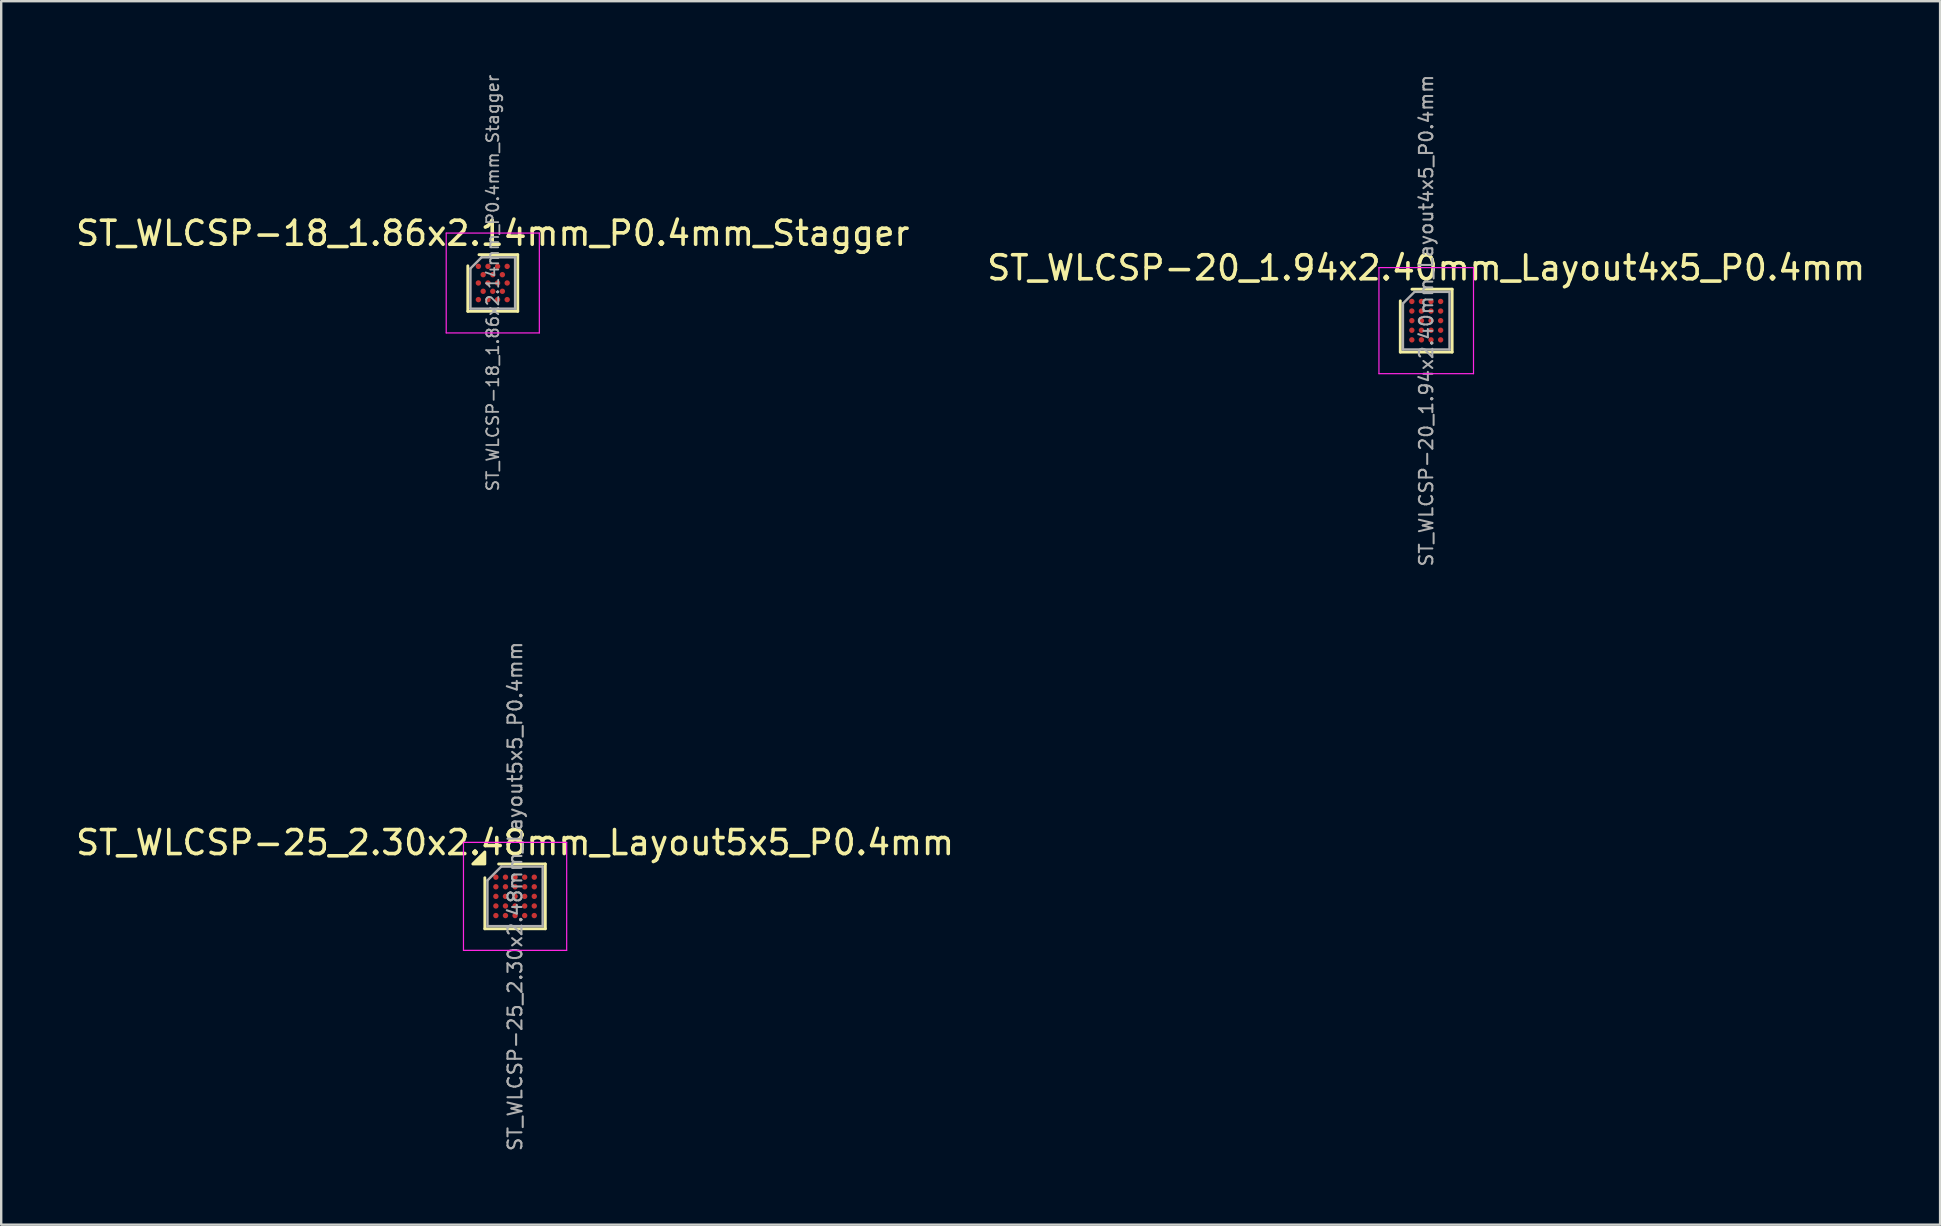
<source format=kicad_pcb>
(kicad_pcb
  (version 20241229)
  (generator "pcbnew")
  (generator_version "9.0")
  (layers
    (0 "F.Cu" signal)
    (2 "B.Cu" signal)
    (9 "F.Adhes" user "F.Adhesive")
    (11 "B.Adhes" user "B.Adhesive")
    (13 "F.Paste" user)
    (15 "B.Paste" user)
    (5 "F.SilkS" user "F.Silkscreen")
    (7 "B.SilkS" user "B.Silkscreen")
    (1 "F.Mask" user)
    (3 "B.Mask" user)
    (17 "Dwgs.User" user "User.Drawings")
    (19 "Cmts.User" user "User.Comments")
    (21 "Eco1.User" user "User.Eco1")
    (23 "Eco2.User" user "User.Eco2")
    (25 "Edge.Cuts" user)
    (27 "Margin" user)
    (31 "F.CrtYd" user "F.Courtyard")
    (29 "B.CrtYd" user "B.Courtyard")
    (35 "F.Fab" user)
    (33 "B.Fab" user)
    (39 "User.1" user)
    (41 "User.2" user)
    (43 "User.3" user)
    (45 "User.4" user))
  (footprint "ST_WLCSP-20_1.94x2.40mm_Layout4x5_P0.4mm"
    (layer "F.Cu")
    (at 56.375 10.31)
    (property "Reference" "ST_WLCSP-20_1.94x2.40mm_Layout4x5_P0.4mm" (at 0 -2.2 0) (layer "F.SilkS") (effects (font (size 1 1) (thickness 0.15))))
    (attr smd)
    (fp_line (start -1.08 1.31) (end -1.08 -0.825) (stroke (width 0.12) (type solid)) (layer "F.SilkS"))
    (fp_line (start -0.595 -1.31) (end 1.08 -1.31) (stroke (width 0.12) (type solid)) (layer "F.SilkS"))
    (fp_line (start 1.08 -1.31) (end 1.08 1.31) (stroke (width 0.12) (type solid)) (layer "F.SilkS"))
    (fp_line (start 1.08 1.31) (end -1.08 1.31) (stroke (width 0.12) (type solid)) (layer "F.SilkS"))
    (fp_line (start -1.97 -2.21) (end -1.97 2.21) (stroke (width 0.05) (type solid)) (layer "F.CrtYd"))
    (fp_line (start -1.97 2.21) (end 1.97 2.21) (stroke (width 0.05) (type solid)) (layer "F.CrtYd"))
    (fp_line (start 1.97 -2.21) (end -1.97 -2.21) (stroke (width 0.05) (type solid)) (layer "F.CrtYd"))
    (fp_line (start 1.97 2.21) (end 1.97 -2.21) (stroke (width 0.05) (type solid)) (layer "F.CrtYd"))
    (fp_line (start -0.97 -0.715) (end -0.485 -1.2) (stroke (width 0.1) (type solid)) (layer "F.Fab"))
    (fp_line (start -0.97 1.2) (end -0.97 -0.715) (stroke (width 0.1) (type solid)) (layer "F.Fab"))
    (fp_line (start -0.485 -1.2) (end 0.97 -1.2) (stroke (width 0.1) (type solid)) (layer "F.Fab"))
    (fp_line (start 0.97 -1.2) (end 0.97 1.2) (stroke (width 0.1) (type solid)) (layer "F.Fab"))
    (fp_line (start 0.97 1.2) (end -0.97 1.2) (stroke (width 0.1) (type solid)) (layer "F.Fab"))
    (fp_text user "${REFERENCE}" (at 0 0 270) (layer "F.Fab") (effects (font (size 0.56 0.56) (thickness 0.084))))
    (pad "A1" smd circle (at -0.6 -0.8) (size 0.225 0.225) (layers "F.Cu" "F.Mask" "F.Paste"))
    (pad "A2" smd circle (at -0.2 -0.8) (size 0.225 0.225) (layers "F.Cu" "F.Mask" "F.Paste"))
    (pad "A3" smd circle (at 0.2 -0.8) (size 0.225 0.225) (layers "F.Cu" "F.Mask" "F.Paste"))
    (pad "A4" smd circle (at 0.6 -0.8) (size 0.225 0.225) (layers "F.Cu" "F.Mask" "F.Paste"))
    (pad "B1" smd circle (at -0.6 -0.4) (size 0.225 0.225) (layers "F.Cu" "F.Mask" "F.Paste"))
    (pad "B2" smd circle (at -0.2 -0.4) (size 0.225 0.225) (layers "F.Cu" "F.Mask" "F.Paste"))
    (pad "B3" smd circle (at 0.2 -0.4) (size 0.225 0.225) (layers "F.Cu" "F.Mask" "F.Paste"))
    (pad "B4" smd circle (at 0.6 -0.4) (size 0.225 0.225) (layers "F.Cu" "F.Mask" "F.Paste"))
    (pad "C1" smd circle (at -0.6 0) (size 0.225 0.225) (layers "F.Cu" "F.Mask" "F.Paste"))
    (pad "C2" smd circle (at -0.2 0) (size 0.225 0.225) (layers "F.Cu" "F.Mask" "F.Paste"))
    (pad "C3" smd circle (at 0.2 0) (size 0.225 0.225) (layers "F.Cu" "F.Mask" "F.Paste"))
    (pad "C4" smd circle (at 0.6 0) (size 0.225 0.225) (layers "F.Cu" "F.Mask" "F.Paste"))
    (pad "D1" smd circle (at -0.6 0.4) (size 0.225 0.225) (layers "F.Cu" "F.Mask" "F.Paste"))
    (pad "D2" smd circle (at -0.2 0.4) (size 0.225 0.225) (layers "F.Cu" "F.Mask" "F.Paste"))
    (pad "D3" smd circle (at 0.2 0.4) (size 0.225 0.225) (layers "F.Cu" "F.Mask" "F.Paste"))
    (pad "D4" smd circle (at 0.6 0.4) (size 0.225 0.225) (layers "F.Cu" "F.Mask" "F.Paste"))
    (pad "E1" smd circle (at -0.6 0.8) (size 0.225 0.225) (layers "F.Cu" "F.Mask" "F.Paste"))
    (pad "E2" smd circle (at -0.2 0.8) (size 0.225 0.225) (layers "F.Cu" "F.Mask" "F.Paste"))
    (pad "E3" smd circle (at 0.2 0.8) (size 0.225 0.225) (layers "F.Cu" "F.Mask" "F.Paste"))
    (pad "E4" smd circle (at 0.6 0.8) (size 0.225 0.225) (layers "F.Cu" "F.Mask" "F.Paste")))
  (footprint "ST_WLCSP-25_2.30x2.48mm_Layout5x5_P0.4mm"
    (layer "F.Cu")
    (at 18.411 34.298)
    (property "Reference" "ST_WLCSP-25_2.30x2.48mm_Layout5x5_P0.4mm" (at 0 -2.24 0) (layer "F.SilkS") (effects (font (size 1 1) (thickness 0.15))))
    (attr smd)
    (fp_line (start -1.26 1.35) (end -1.26 -0.775) (stroke (width 0.12) (type solid)) (layer "F.SilkS"))
    (fp_line (start -0.685 -1.35) (end 1.26 -1.35) (stroke (width 0.12) (type solid)) (layer "F.SilkS"))
    (fp_line (start 1.26 -1.35) (end 1.26 1.35) (stroke (width 0.12) (type solid)) (layer "F.SilkS"))
    (fp_line (start 1.26 1.35) (end -1.26 1.35) (stroke (width 0.12) (type solid)) (layer "F.SilkS"))
    (fp_poly (pts (xy -1.26 -1.35) (xy -1.76 -1.35) (xy -1.26 -1.85) (xy -1.26 -1.35)) (stroke (width 0.12) (type solid)) (fill yes) (layer "F.SilkS"))
    (fp_line (start -2.15 -2.25) (end -2.15 2.25) (stroke (width 0.05) (type solid)) (layer "F.CrtYd"))
    (fp_line (start -2.15 2.25) (end 2.15 2.25) (stroke (width 0.05) (type solid)) (layer "F.CrtYd"))
    (fp_line (start 2.15 -2.25) (end -2.15 -2.25) (stroke (width 0.05) (type solid)) (layer "F.CrtYd"))
    (fp_line (start 2.15 2.25) (end 2.15 -2.25) (stroke (width 0.05) (type solid)) (layer "F.CrtYd"))
    (fp_line (start -1.15 -0.665) (end -0.575 -1.24) (stroke (width 0.1) (type solid)) (layer "F.Fab"))
    (fp_line (start -1.15 1.24) (end -1.15 -0.665) (stroke (width 0.1) (type solid)) (layer "F.Fab"))
    (fp_line (start -0.575 -1.24) (end 1.15 -1.24) (stroke (width 0.1) (type solid)) (layer "F.Fab"))
    (fp_line (start 1.15 -1.24) (end 1.15 1.24) (stroke (width 0.1) (type solid)) (layer "F.Fab"))
    (fp_line (start 1.15 1.24) (end -1.15 1.24) (stroke (width 0.1) (type solid)) (layer "F.Fab"))
    (fp_text user "${REFERENCE}" (at 0 0 270) (layer "F.Fab") (effects (font (size 0.58 0.58) (thickness 0.087))))
    (pad "A1" smd circle (at -0.8 -0.8) (size 0.225 0.225) (property pad_prop_bga) (layers "F.Cu" "F.Mask" "F.Paste"))
    (pad "A2" smd circle (at -0.4 -0.8) (size 0.225 0.225) (property pad_prop_bga) (layers "F.Cu" "F.Mask" "F.Paste"))
    (pad "A3" smd circle (at 0 -0.8) (size 0.225 0.225) (property pad_prop_bga) (layers "F.Cu" "F.Mask" "F.Paste"))
    (pad "A4" smd circle (at 0.4 -0.8) (size 0.225 0.225) (property pad_prop_bga) (layers "F.Cu" "F.Mask" "F.Paste"))
    (pad "A5" smd circle (at 0.8 -0.8) (size 0.225 0.225) (property pad_prop_bga) (layers "F.Cu" "F.Mask" "F.Paste"))
    (pad "B1" smd circle (at -0.8 -0.4) (size 0.225 0.225) (property pad_prop_bga) (layers "F.Cu" "F.Mask" "F.Paste"))
    (pad "B2" smd circle (at -0.4 -0.4) (size 0.225 0.225) (property pad_prop_bga) (layers "F.Cu" "F.Mask" "F.Paste"))
    (pad "B3" smd circle (at 0 -0.4) (size 0.225 0.225) (property pad_prop_bga) (layers "F.Cu" "F.Mask" "F.Paste"))
    (pad "B4" smd circle (at 0.4 -0.4) (size 0.225 0.225) (property pad_prop_bga) (layers "F.Cu" "F.Mask" "F.Paste"))
    (pad "B5" smd circle (at 0.8 -0.4) (size 0.225 0.225) (property pad_prop_bga) (layers "F.Cu" "F.Mask" "F.Paste"))
    (pad "C1" smd circle (at -0.8 0) (size 0.225 0.225) (property pad_prop_bga) (layers "F.Cu" "F.Mask" "F.Paste"))
    (pad "C2" smd circle (at -0.4 0) (size 0.225 0.225) (property pad_prop_bga) (layers "F.Cu" "F.Mask" "F.Paste"))
    (pad "C3" smd circle (at 0 0) (size 0.225 0.225) (property pad_prop_bga) (layers "F.Cu" "F.Mask" "F.Paste"))
    (pad "C4" smd circle (at 0.4 0) (size 0.225 0.225) (property pad_prop_bga) (layers "F.Cu" "F.Mask" "F.Paste"))
    (pad "C5" smd circle (at 0.8 0) (size 0.225 0.225) (property pad_prop_bga) (layers "F.Cu" "F.Mask" "F.Paste"))
    (pad "D1" smd circle (at -0.8 0.4) (size 0.225 0.225) (property pad_prop_bga) (layers "F.Cu" "F.Mask" "F.Paste"))
    (pad "D2" smd circle (at -0.4 0.4) (size 0.225 0.225) (property pad_prop_bga) (layers "F.Cu" "F.Mask" "F.Paste"))
    (pad "D3" smd circle (at 0 0.4) (size 0.225 0.225) (property pad_prop_bga) (layers "F.Cu" "F.Mask" "F.Paste"))
    (pad "D4" smd circle (at 0.4 0.4) (size 0.225 0.225) (property pad_prop_bga) (layers "F.Cu" "F.Mask" "F.Paste"))
    (pad "D5" smd circle (at 0.8 0.4) (size 0.225 0.225) (property pad_prop_bga) (layers "F.Cu" "F.Mask" "F.Paste"))
    (pad "E1" smd circle (at -0.8 0.8) (size 0.225 0.225) (property pad_prop_bga) (layers "F.Cu" "F.Mask" "F.Paste"))
    (pad "E2" smd circle (at -0.4 0.8) (size 0.225 0.225) (property pad_prop_bga) (layers "F.Cu" "F.Mask" "F.Paste"))
    (pad "E3" smd circle (at 0 0.8) (size 0.225 0.225) (property pad_prop_bga) (layers "F.Cu" "F.Mask" "F.Paste"))
    (pad "E4" smd circle (at 0.4 0.8) (size 0.225 0.225) (property pad_prop_bga) (layers "F.Cu" "F.Mask" "F.Paste"))
    (pad "E5" smd circle (at 0.8 0.8) (size 0.225 0.225) (property pad_prop_bga) (layers "F.Cu" "F.Mask" "F.Paste")))
  (footprint "ST_WLCSP-18_1.86x2.14mm_P0.4mm_Stagger"
    (layer "F.Cu")
    (at 17.482 8.741)
    (property "Reference" "ST_WLCSP-18_1.86x2.14mm_P0.4mm_Stagger" (at 0 -2.07 0) (layer "F.SilkS") (effects (font (size 1 1) (thickness 0.15))))
    (attr smd)
    (fp_line (start -1.04 1.18) (end -1.04 -0.715) (stroke (width 0.12) (type solid)) (layer "F.SilkS"))
    (fp_line (start -0.575 -1.18) (end 1.04 -1.18) (stroke (width 0.12) (type solid)) (layer "F.SilkS"))
    (fp_line (start 1.04 -1.18) (end 1.04 1.18) (stroke (width 0.12) (type solid)) (layer "F.SilkS"))
    (fp_line (start 1.04 1.18) (end -1.04 1.18) (stroke (width 0.12) (type solid)) (layer "F.SilkS"))
    (fp_line (start -1.94 -2.08) (end -1.94 2.08) (stroke (width 0.05) (type solid)) (layer "F.CrtYd"))
    (fp_line (start -1.94 2.08) (end 1.94 2.08) (stroke (width 0.05) (type solid)) (layer "F.CrtYd"))
    (fp_line (start 1.94 -2.08) (end -1.94 -2.08) (stroke (width 0.05) (type solid)) (layer "F.CrtYd"))
    (fp_line (start 1.94 2.08) (end 1.94 -2.08) (stroke (width 0.05) (type solid)) (layer "F.CrtYd"))
    (fp_line (start -0.93 -0.605) (end -0.465 -1.07) (stroke (width 0.1) (type solid)) (layer "F.Fab"))
    (fp_line (start -0.93 1.07) (end -0.93 -0.605) (stroke (width 0.1) (type solid)) (layer "F.Fab"))
    (fp_line (start -0.465 -1.07) (end 0.93 -1.07) (stroke (width 0.1) (type solid)) (layer "F.Fab"))
    (fp_line (start 0.93 -1.07) (end 0.93 1.07) (stroke (width 0.1) (type solid)) (layer "F.Fab"))
    (fp_line (start 0.93 1.07) (end -0.93 1.07) (stroke (width 0.1) (type solid)) (layer "F.Fab"))
    (fp_text user "${REFERENCE}" (at 0 0 270) (layer "F.Fab") (effects (font (size 0.5 0.5) (thickness 0.075))))
    (pad "A1" smd circle (at -0.6 -0.693) (size 0.225 0.225) (layers "F.Cu" "F.Mask" "F.Paste"))
    (pad "A3" smd circle (at -0.2 -0.693) (size 0.225 0.225) (layers "F.Cu" "F.Mask" "F.Paste"))
    (pad "A5" smd circle (at 0.2 -0.693) (size 0.225 0.225) (layers "F.Cu" "F.Mask" "F.Paste"))
    (pad "A7" smd circle (at 0.6 -0.693) (size 0.225 0.225) (layers "F.Cu" "F.Mask" "F.Paste"))
    (pad "B2" smd circle (at -0.4 -0.346) (size 0.225 0.225) (layers "F.Cu" "F.Mask" "F.Paste"))
    (pad "B4" smd circle (at 0 -0.346) (size 0.225 0.225) (layers "F.Cu" "F.Mask" "F.Paste"))
    (pad "B6" smd circle (at 0.4 -0.346) (size 0.225 0.225) (layers "F.Cu" "F.Mask" "F.Paste"))
    (pad "C1" smd circle (at -0.6 0) (size 0.225 0.225) (layers "F.Cu" "F.Mask" "F.Paste"))
    (pad "C3" smd circle (at -0.2 0) (size 0.225 0.225) (layers "F.Cu" "F.Mask" "F.Paste"))
    (pad "C5" smd circle (at 0.2 0) (size 0.225 0.225) (layers "F.Cu" "F.Mask" "F.Paste"))
    (pad "C7" smd circle (at 0.6 0) (size 0.225 0.225) (layers "F.Cu" "F.Mask" "F.Paste"))
    (pad "D2" smd circle (at -0.4 0.346) (size 0.225 0.225) (layers "F.Cu" "F.Mask" "F.Paste"))
    (pad "D4" smd circle (at 0 0.346) (size 0.225 0.225) (layers "F.Cu" "F.Mask" "F.Paste"))
    (pad "D6" smd circle (at 0.4 0.346) (size 0.225 0.225) (layers "F.Cu" "F.Mask" "F.Paste"))
    (pad "E1" smd circle (at -0.6 0.693) (size 0.225 0.225) (layers "F.Cu" "F.Mask" "F.Paste"))
    (pad "E3" smd circle (at -0.2 0.693) (size 0.225 0.225) (layers "F.Cu" "F.Mask" "F.Paste"))
    (pad "E5" smd circle (at 0.2 0.693) (size 0.225 0.225) (layers "F.Cu" "F.Mask" "F.Paste"))
    (pad "E7" smd circle (at 0.6 0.693) (size 0.225 0.225) (layers "F.Cu" "F.Mask" "F.Paste")))
  (gr_rect
    (start -3 -3)
    (end 77.786 47.976)
    (stroke (width 0.1) (type default))
    (fill no)
    (layer "Edge.Cuts")))
</source>
